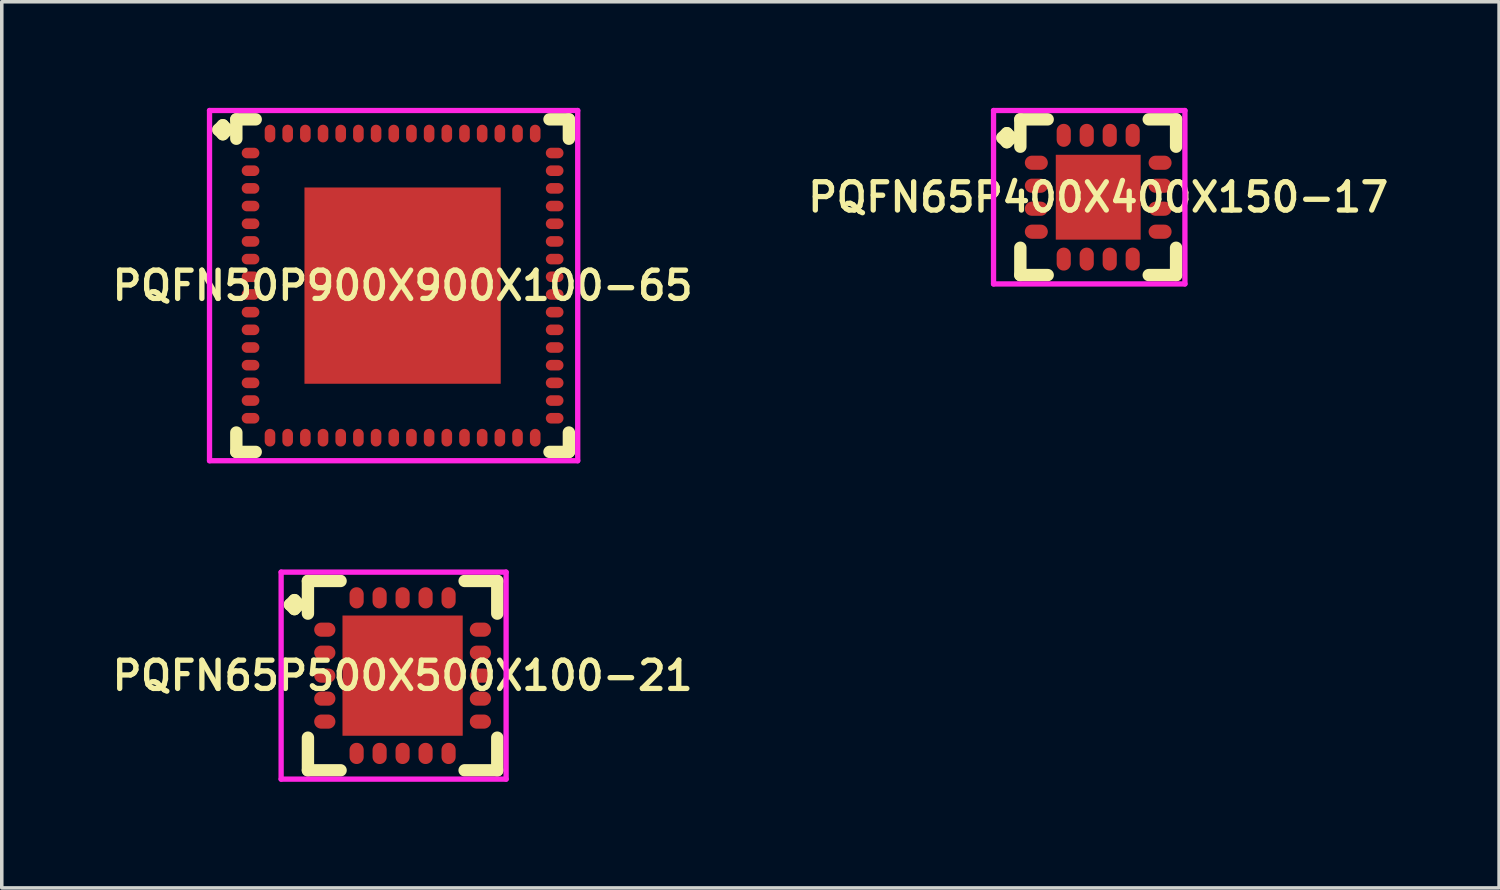
<source format=kicad_pcb>
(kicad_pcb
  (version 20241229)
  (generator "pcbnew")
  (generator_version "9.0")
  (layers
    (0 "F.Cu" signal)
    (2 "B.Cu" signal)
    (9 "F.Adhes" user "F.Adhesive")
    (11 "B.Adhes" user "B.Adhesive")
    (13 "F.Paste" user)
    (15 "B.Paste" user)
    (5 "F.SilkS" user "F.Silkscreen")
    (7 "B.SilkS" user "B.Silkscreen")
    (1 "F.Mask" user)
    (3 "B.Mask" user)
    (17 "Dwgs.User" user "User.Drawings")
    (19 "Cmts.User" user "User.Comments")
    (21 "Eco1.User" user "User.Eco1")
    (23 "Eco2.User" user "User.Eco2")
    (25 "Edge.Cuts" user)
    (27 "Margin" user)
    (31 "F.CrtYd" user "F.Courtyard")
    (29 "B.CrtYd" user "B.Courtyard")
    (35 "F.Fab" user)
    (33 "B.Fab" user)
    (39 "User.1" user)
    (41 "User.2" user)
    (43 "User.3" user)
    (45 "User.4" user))
  (footprint "PQFN50P900X900X100-65"
    (layer "F.Cu")
    (at 8.335 5.027)
    (property "Reference" "PQFN50P900X900X100-65" (at 0 0 0) (layer "F.SilkS") (effects (font (size 0.8 0.8) (thickness 0.15))))
    (attr through_hole)
    (fp_line (start -5.21 -4.408) (end -5.083 -4.535) (stroke (width 0.35) (type solid)) (layer "F.SilkS"))
    (fp_line (start -5.083 -4.535) (end -4.956 -4.408) (stroke (width 0.35) (type solid)) (layer "F.SilkS"))
    (fp_line (start -5.083 -4.281) (end -5.21 -4.408) (stroke (width 0.35) (type solid)) (layer "F.SilkS"))
    (fp_line (start -4.956 -4.408) (end -5.083 -4.281) (stroke (width 0.35) (type solid)) (layer "F.SilkS"))
    (fp_line (start -4.702 -4.702) (end -4.154 -4.702) (stroke (width 0.35) (type solid)) (layer "F.SilkS"))
    (fp_line (start -4.702 -4.154) (end -4.702 -4.702) (stroke (width 0.35) (type solid)) (layer "F.SilkS"))
    (fp_line (start -4.702 4.154) (end -4.702 4.702) (stroke (width 0.35) (type solid)) (layer "F.SilkS"))
    (fp_line (start -4.702 4.702) (end -4.154 4.702) (stroke (width 0.35) (type solid)) (layer "F.SilkS"))
    (fp_line (start 4.154 -4.702) (end 4.702 -4.702) (stroke (width 0.35) (type solid)) (layer "F.SilkS"))
    (fp_line (start 4.154 4.702) (end 4.702 4.702) (stroke (width 0.35) (type solid)) (layer "F.SilkS"))
    (fp_line (start 4.702 -4.702) (end 4.702 -4.154) (stroke (width 0.35) (type solid)) (layer "F.SilkS"))
    (fp_line (start 4.702 4.702) (end 4.702 4.154) (stroke (width 0.35) (type solid)) (layer "F.SilkS"))
    (fp_line (start -5.46 -4.952) (end 4.952 -4.952) (stroke (width 0.15) (type solid)) (layer "F.CrtYd"))
    (fp_line (start -5.46 4.952) (end -5.46 -4.952) (stroke (width 0.15) (type solid)) (layer "F.CrtYd"))
    (fp_line (start 4.952 -4.952) (end 4.952 4.952) (stroke (width 0.15) (type solid)) (layer "F.CrtYd"))
    (fp_line (start 4.952 4.952) (end -5.46 4.952) (stroke (width 0.15) (type solid)) (layer "F.CrtYd"))
    (pad "1" smd oval (at -4.3 -3.75) (size 0.5 0.3) (layers "F.Cu" "F.Mask" "F.Paste"))
    (pad "2" smd oval (at -4.3 -3.25) (size 0.5 0.3) (layers "F.Cu" "F.Mask" "F.Paste"))
    (pad "3" smd oval (at -4.3 -2.75) (size 0.5 0.3) (layers "F.Cu" "F.Mask" "F.Paste"))
    (pad "4" smd oval (at -4.3 -2.25) (size 0.5 0.3) (layers "F.Cu" "F.Mask" "F.Paste"))
    (pad "5" smd oval (at -4.3 -1.75) (size 0.5 0.3) (layers "F.Cu" "F.Mask" "F.Paste"))
    (pad "6" smd oval (at -4.3 -1.25) (size 0.5 0.3) (layers "F.Cu" "F.Mask" "F.Paste"))
    (pad "7" smd oval (at -4.3 -0.75) (size 0.5 0.3) (layers "F.Cu" "F.Mask" "F.Paste"))
    (pad "8" smd oval (at -4.3 -0.25) (size 0.5 0.3) (layers "F.Cu" "F.Mask" "F.Paste"))
    (pad "9" smd oval (at -4.3 0.25) (size 0.5 0.3) (layers "F.Cu" "F.Mask" "F.Paste"))
    (pad "10" smd oval (at -4.3 0.75) (size 0.5 0.3) (layers "F.Cu" "F.Mask" "F.Paste"))
    (pad "11" smd oval (at -4.3 1.25) (size 0.5 0.3) (layers "F.Cu" "F.Mask" "F.Paste"))
    (pad "12" smd oval (at -4.3 1.75) (size 0.5 0.3) (layers "F.Cu" "F.Mask" "F.Paste"))
    (pad "13" smd oval (at -4.3 2.25) (size 0.5 0.3) (layers "F.Cu" "F.Mask" "F.Paste"))
    (pad "14" smd oval (at -4.3 2.75) (size 0.5 0.3) (layers "F.Cu" "F.Mask" "F.Paste"))
    (pad "15" smd oval (at -4.3 3.25) (size 0.5 0.3) (layers "F.Cu" "F.Mask" "F.Paste"))
    (pad "16" smd oval (at -4.3 3.75) (size 0.5 0.3) (layers "F.Cu" "F.Mask" "F.Paste"))
    (pad "17" smd oval (at -3.75 4.3) (size 0.3 0.5) (layers "F.Cu" "F.Mask" "F.Paste"))
    (pad "18" smd oval (at -3.25 4.3) (size 0.3 0.5) (layers "F.Cu" "F.Mask" "F.Paste"))
    (pad "19" smd oval (at -2.75 4.3) (size 0.3 0.5) (layers "F.Cu" "F.Mask" "F.Paste"))
    (pad "20" smd oval (at -2.25 4.3) (size 0.3 0.5) (layers "F.Cu" "F.Mask" "F.Paste"))
    (pad "21" smd oval (at -1.75 4.3) (size 0.3 0.5) (layers "F.Cu" "F.Mask" "F.Paste"))
    (pad "22" smd oval (at -1.25 4.3) (size 0.3 0.5) (layers "F.Cu" "F.Mask" "F.Paste"))
    (pad "23" smd oval (at -0.75 4.3) (size 0.3 0.5) (layers "F.Cu" "F.Mask" "F.Paste"))
    (pad "24" smd oval (at -0.25 4.3) (size 0.3 0.5) (layers "F.Cu" "F.Mask" "F.Paste"))
    (pad "25" smd oval (at 0.25 4.3) (size 0.3 0.5) (layers "F.Cu" "F.Mask" "F.Paste"))
    (pad "26" smd oval (at 0.75 4.3) (size 0.3 0.5) (layers "F.Cu" "F.Mask" "F.Paste"))
    (pad "27" smd oval (at 1.25 4.3) (size 0.3 0.5) (layers "F.Cu" "F.Mask" "F.Paste"))
    (pad "28" smd oval (at 1.75 4.3) (size 0.3 0.5) (layers "F.Cu" "F.Mask" "F.Paste"))
    (pad "29" smd oval (at 2.25 4.3) (size 0.3 0.5) (layers "F.Cu" "F.Mask" "F.Paste"))
    (pad "30" smd oval (at 2.75 4.3) (size 0.3 0.5) (layers "F.Cu" "F.Mask" "F.Paste"))
    (pad "31" smd oval (at 3.25 4.3) (size 0.3 0.5) (layers "F.Cu" "F.Mask" "F.Paste"))
    (pad "32" smd oval (at 3.75 4.3) (size 0.3 0.5) (layers "F.Cu" "F.Mask" "F.Paste"))
    (pad "33" smd oval (at 4.3 3.75) (size 0.5 0.3) (layers "F.Cu" "F.Mask" "F.Paste"))
    (pad "34" smd oval (at 4.3 3.25) (size 0.5 0.3) (layers "F.Cu" "F.Mask" "F.Paste"))
    (pad "35" smd oval (at 4.3 2.75) (size 0.5 0.3) (layers "F.Cu" "F.Mask" "F.Paste"))
    (pad "36" smd oval (at 4.3 2.25) (size 0.5 0.3) (layers "F.Cu" "F.Mask" "F.Paste"))
    (pad "37" smd oval (at 4.3 1.75) (size 0.5 0.3) (layers "F.Cu" "F.Mask" "F.Paste"))
    (pad "38" smd oval (at 4.3 1.25) (size 0.5 0.3) (layers "F.Cu" "F.Mask" "F.Paste"))
    (pad "39" smd oval (at 4.3 0.75) (size 0.5 0.3) (layers "F.Cu" "F.Mask" "F.Paste"))
    (pad "40" smd oval (at 4.3 0.25) (size 0.5 0.3) (layers "F.Cu" "F.Mask" "F.Paste"))
    (pad "41" smd oval (at 4.3 -0.25) (size 0.5 0.3) (layers "F.Cu" "F.Mask" "F.Paste"))
    (pad "42" smd oval (at 4.3 -0.75) (size 0.5 0.3) (layers "F.Cu" "F.Mask" "F.Paste"))
    (pad "43" smd oval (at 4.3 -1.25) (size 0.5 0.3) (layers "F.Cu" "F.Mask" "F.Paste"))
    (pad "44" smd oval (at 4.3 -1.75) (size 0.5 0.3) (layers "F.Cu" "F.Mask" "F.Paste"))
    (pad "45" smd oval (at 4.3 -2.25) (size 0.5 0.3) (layers "F.Cu" "F.Mask" "F.Paste"))
    (pad "46" smd oval (at 4.3 -2.75) (size 0.5 0.3) (layers "F.Cu" "F.Mask" "F.Paste"))
    (pad "47" smd oval (at 4.3 -3.25) (size 0.5 0.3) (layers "F.Cu" "F.Mask" "F.Paste"))
    (pad "48" smd oval (at 4.3 -3.75) (size 0.5 0.3) (layers "F.Cu" "F.Mask" "F.Paste"))
    (pad "49" smd oval (at 3.75 -4.3) (size 0.3 0.5) (layers "F.Cu" "F.Mask" "F.Paste"))
    (pad "50" smd oval (at 3.25 -4.3) (size 0.3 0.5) (layers "F.Cu" "F.Mask" "F.Paste"))
    (pad "51" smd oval (at 2.75 -4.3) (size 0.3 0.5) (layers "F.Cu" "F.Mask" "F.Paste"))
    (pad "52" smd oval (at 2.25 -4.3) (size 0.3 0.5) (layers "F.Cu" "F.Mask" "F.Paste"))
    (pad "53" smd oval (at 1.75 -4.3) (size 0.3 0.5) (layers "F.Cu" "F.Mask" "F.Paste"))
    (pad "54" smd oval (at 1.25 -4.3) (size 0.3 0.5) (layers "F.Cu" "F.Mask" "F.Paste"))
    (pad "55" smd oval (at 0.75 -4.3) (size 0.3 0.5) (layers "F.Cu" "F.Mask" "F.Paste"))
    (pad "56" smd oval (at 0.25 -4.3) (size 0.3 0.5) (layers "F.Cu" "F.Mask" "F.Paste"))
    (pad "57" smd oval (at -0.25 -4.3) (size 0.3 0.5) (layers "F.Cu" "F.Mask" "F.Paste"))
    (pad "58" smd oval (at -0.75 -4.3) (size 0.3 0.5) (layers "F.Cu" "F.Mask" "F.Paste"))
    (pad "59" smd oval (at -1.25 -4.3) (size 0.3 0.5) (layers "F.Cu" "F.Mask" "F.Paste"))
    (pad "60" smd oval (at -1.75 -4.3) (size 0.3 0.5) (layers "F.Cu" "F.Mask" "F.Paste"))
    (pad "61" smd oval (at -2.25 -4.3) (size 0.3 0.5) (layers "F.Cu" "F.Mask" "F.Paste"))
    (pad "62" smd oval (at -2.75 -4.3) (size 0.3 0.5) (layers "F.Cu" "F.Mask" "F.Paste"))
    (pad "63" smd oval (at -3.25 -4.3) (size 0.3 0.5) (layers "F.Cu" "F.Mask" "F.Paste"))
    (pad "64" smd oval (at -3.75 -4.3) (size 0.3 0.5) (layers "F.Cu" "F.Mask" "F.Paste"))
    (pad "65" smd rect (at 0 0) (size 5.55 5.55) (layers "F.Cu" "F.Mask" "F.Paste")))
  (footprint "PQFN65P500X500X100-21"
    (layer "F.Cu")
    (at 8.335 16.056)
    (property "Reference" "PQFN65P500X500X100-21" (at 0 0 0) (layer "F.SilkS") (effects (font (size 0.8 0.8) (thickness 0.15))))
    (attr smd)
    (fp_line (start -3.185 -2.008) (end -3.058 -2.135) (stroke (width 0.35) (type solid)) (layer "F.SilkS"))
    (fp_line (start -3.058 -2.135) (end -2.931 -2.008) (stroke (width 0.35) (type solid)) (layer "F.SilkS"))
    (fp_line (start -3.058 -1.881) (end -3.185 -2.008) (stroke (width 0.35) (type solid)) (layer "F.SilkS"))
    (fp_line (start -2.931 -2.008) (end -3.058 -1.881) (stroke (width 0.35) (type solid)) (layer "F.SilkS"))
    (fp_line (start -2.677 -2.677) (end -1.754 -2.677) (stroke (width 0.35) (type solid)) (layer "F.SilkS"))
    (fp_line (start -2.677 -1.754) (end -2.677 -2.677) (stroke (width 0.35) (type solid)) (layer "F.SilkS"))
    (fp_line (start -2.677 1.754) (end -2.677 2.677) (stroke (width 0.35) (type solid)) (layer "F.SilkS"))
    (fp_line (start -2.677 2.677) (end -1.754 2.677) (stroke (width 0.35) (type solid)) (layer "F.SilkS"))
    (fp_line (start 1.754 -2.677) (end 2.677 -2.677) (stroke (width 0.35) (type solid)) (layer "F.SilkS"))
    (fp_line (start 1.754 2.677) (end 2.677 2.677) (stroke (width 0.35) (type solid)) (layer "F.SilkS"))
    (fp_line (start 2.677 -2.677) (end 2.677 -1.754) (stroke (width 0.35) (type solid)) (layer "F.SilkS"))
    (fp_line (start 2.677 2.677) (end 2.677 1.754) (stroke (width 0.35) (type solid)) (layer "F.SilkS"))
    (fp_line (start -3.435 -2.927) (end 2.927 -2.927) (stroke (width 0.15) (type solid)) (layer "F.CrtYd"))
    (fp_line (start -3.435 2.927) (end -3.435 -2.927) (stroke (width 0.15) (type solid)) (layer "F.CrtYd"))
    (fp_line (start 2.927 -2.927) (end 2.927 2.927) (stroke (width 0.15) (type solid)) (layer "F.CrtYd"))
    (fp_line (start 2.927 2.927) (end -3.435 2.927) (stroke (width 0.15) (type solid)) (layer "F.CrtYd"))
    (pad "1" smd oval (at -2.2 -1.3) (size 0.6 0.4) (layers "F.Cu" "F.Mask" "F.Paste"))
    (pad "2" smd oval (at -2.2 -0.65) (size 0.6 0.4) (layers "F.Cu" "F.Mask" "F.Paste"))
    (pad "3" smd oval (at -2.2 0) (size 0.6 0.4) (layers "F.Cu" "F.Mask" "F.Paste"))
    (pad "4" smd oval (at -2.2 0.65) (size 0.6 0.4) (layers "F.Cu" "F.Mask" "F.Paste"))
    (pad "5" smd oval (at -2.2 1.3) (size 0.6 0.4) (layers "F.Cu" "F.Mask" "F.Paste"))
    (pad "6" smd oval (at -1.3 2.2) (size 0.4 0.6) (layers "F.Cu" "F.Mask" "F.Paste"))
    (pad "7" smd oval (at -0.65 2.2) (size 0.4 0.6) (layers "F.Cu" "F.Mask" "F.Paste"))
    (pad "8" smd oval (at 0 2.2) (size 0.4 0.6) (layers "F.Cu" "F.Mask" "F.Paste"))
    (pad "9" smd oval (at 0.65 2.2) (size 0.4 0.6) (layers "F.Cu" "F.Mask" "F.Paste"))
    (pad "10" smd oval (at 1.3 2.2) (size 0.4 0.6) (layers "F.Cu" "F.Mask" "F.Paste"))
    (pad "11" smd oval (at 2.2 1.3) (size 0.6 0.4) (layers "F.Cu" "F.Mask" "F.Paste"))
    (pad "12" smd oval (at 2.2 0.65) (size 0.6 0.4) (layers "F.Cu" "F.Mask" "F.Paste"))
    (pad "13" smd oval (at 2.2 0) (size 0.6 0.4) (layers "F.Cu" "F.Mask" "F.Paste"))
    (pad "14" smd oval (at 2.2 -0.65) (size 0.6 0.4) (layers "F.Cu" "F.Mask" "F.Paste"))
    (pad "15" smd oval (at 2.2 -1.3) (size 0.6 0.4) (layers "F.Cu" "F.Mask" "F.Paste"))
    (pad "16" smd oval (at 1.3 -2.2) (size 0.4 0.6) (layers "F.Cu" "F.Mask" "F.Paste"))
    (pad "17" smd oval (at 0.65 -2.2) (size 0.4 0.6) (layers "F.Cu" "F.Mask" "F.Paste"))
    (pad "18" smd oval (at 0 -2.2) (size 0.4 0.6) (layers "F.Cu" "F.Mask" "F.Paste"))
    (pad "19" smd oval (at -0.65 -2.2) (size 0.4 0.6) (layers "F.Cu" "F.Mask" "F.Paste"))
    (pad "20" smd oval (at -1.3 -2.2) (size 0.4 0.6) (layers "F.Cu" "F.Mask" "F.Paste"))
    (pad "21" smd rect (at 0 0) (size 3.4 3.4) (layers "F.Cu" "F.Mask" "F.Paste")))
  (footprint "PQFN65P400X400X150-17"
    (layer "F.Cu")
    (at 28.006 2.527)
    (property "Reference" "PQFN65P400X400X150-17" (at 0 0 0) (layer "F.SilkS") (effects (font (size 0.8 0.8) (thickness 0.15))))
    (attr smd)
    (fp_line (start -2.71 -1.683) (end -2.583 -1.81) (stroke (width 0.35) (type solid)) (layer "F.SilkS"))
    (fp_line (start -2.583 -1.81) (end -2.456 -1.683) (stroke (width 0.35) (type solid)) (layer "F.SilkS"))
    (fp_line (start -2.583 -1.556) (end -2.71 -1.683) (stroke (width 0.35) (type solid)) (layer "F.SilkS"))
    (fp_line (start -2.456 -1.683) (end -2.583 -1.556) (stroke (width 0.35) (type solid)) (layer "F.SilkS"))
    (fp_line (start -2.202 -2.202) (end -1.429 -2.202) (stroke (width 0.35) (type solid)) (layer "F.SilkS"))
    (fp_line (start -2.202 -1.429) (end -2.202 -2.202) (stroke (width 0.35) (type solid)) (layer "F.SilkS"))
    (fp_line (start -2.202 1.429) (end -2.202 2.202) (stroke (width 0.35) (type solid)) (layer "F.SilkS"))
    (fp_line (start -2.202 2.202) (end -1.429 2.202) (stroke (width 0.35) (type solid)) (layer "F.SilkS"))
    (fp_line (start 1.429 -2.202) (end 2.202 -2.202) (stroke (width 0.35) (type solid)) (layer "F.SilkS"))
    (fp_line (start 1.429 2.202) (end 2.202 2.202) (stroke (width 0.35) (type solid)) (layer "F.SilkS"))
    (fp_line (start 2.202 -2.202) (end 2.202 -1.429) (stroke (width 0.35) (type solid)) (layer "F.SilkS"))
    (fp_line (start 2.202 2.202) (end 2.202 1.429) (stroke (width 0.35) (type solid)) (layer "F.SilkS"))
    (fp_line (start -2.96 -2.452) (end 2.452 -2.452) (stroke (width 0.15) (type solid)) (layer "F.CrtYd"))
    (fp_line (start -2.96 2.452) (end -2.96 -2.452) (stroke (width 0.15) (type solid)) (layer "F.CrtYd"))
    (fp_line (start 2.452 -2.452) (end 2.452 2.452) (stroke (width 0.15) (type solid)) (layer "F.CrtYd"))
    (fp_line (start 2.452 2.452) (end -2.96 2.452) (stroke (width 0.15) (type solid)) (layer "F.CrtYd"))
    (pad "1" smd oval (at -1.75 -0.975) (size 0.65 0.4) (layers "F.Cu" "F.Mask" "F.Paste"))
    (pad "2" smd oval (at -1.75 -0.325) (size 0.65 0.4) (layers "F.Cu" "F.Mask" "F.Paste"))
    (pad "3" smd oval (at -1.75 0.325) (size 0.65 0.4) (layers "F.Cu" "F.Mask" "F.Paste"))
    (pad "4" smd oval (at -1.75 0.975) (size 0.65 0.4) (layers "F.Cu" "F.Mask" "F.Paste"))
    (pad "5" smd oval (at -0.975 1.75) (size 0.4 0.65) (layers "F.Cu" "F.Mask" "F.Paste"))
    (pad "6" smd oval (at -0.325 1.75) (size 0.4 0.65) (layers "F.Cu" "F.Mask" "F.Paste"))
    (pad "7" smd oval (at 0.325 1.75) (size 0.4 0.65) (layers "F.Cu" "F.Mask" "F.Paste"))
    (pad "8" smd oval (at 0.975 1.75) (size 0.4 0.65) (layers "F.Cu" "F.Mask" "F.Paste"))
    (pad "9" smd oval (at 1.75 0.975) (size 0.65 0.4) (layers "F.Cu" "F.Mask" "F.Paste"))
    (pad "10" smd oval (at 1.75 0.325) (size 0.65 0.4) (layers "F.Cu" "F.Mask" "F.Paste"))
    (pad "11" smd oval (at 1.75 -0.325) (size 0.65 0.4) (layers "F.Cu" "F.Mask" "F.Paste"))
    (pad "12" smd oval (at 1.75 -0.975) (size 0.65 0.4) (layers "F.Cu" "F.Mask" "F.Paste"))
    (pad "13" smd oval (at 0.975 -1.75) (size 0.4 0.65) (layers "F.Cu" "F.Mask" "F.Paste"))
    (pad "14" smd oval (at 0.325 -1.75) (size 0.4 0.65) (layers "F.Cu" "F.Mask" "F.Paste"))
    (pad "15" smd oval (at -0.325 -1.75) (size 0.4 0.65) (layers "F.Cu" "F.Mask" "F.Paste"))
    (pad "16" smd oval (at -0.975 -1.75) (size 0.4 0.65) (layers "F.Cu" "F.Mask" "F.Paste"))
    (pad "17" smd rect (at 0 0) (size 2.4 2.4) (layers "F.Cu" "F.Mask" "F.Paste")))
  (gr_rect
    (start -3 -3)
    (end 39.342 22.058)
    (stroke (width 0.1) (type default))
    (fill no)
    (layer "Edge.Cuts")))
</source>
